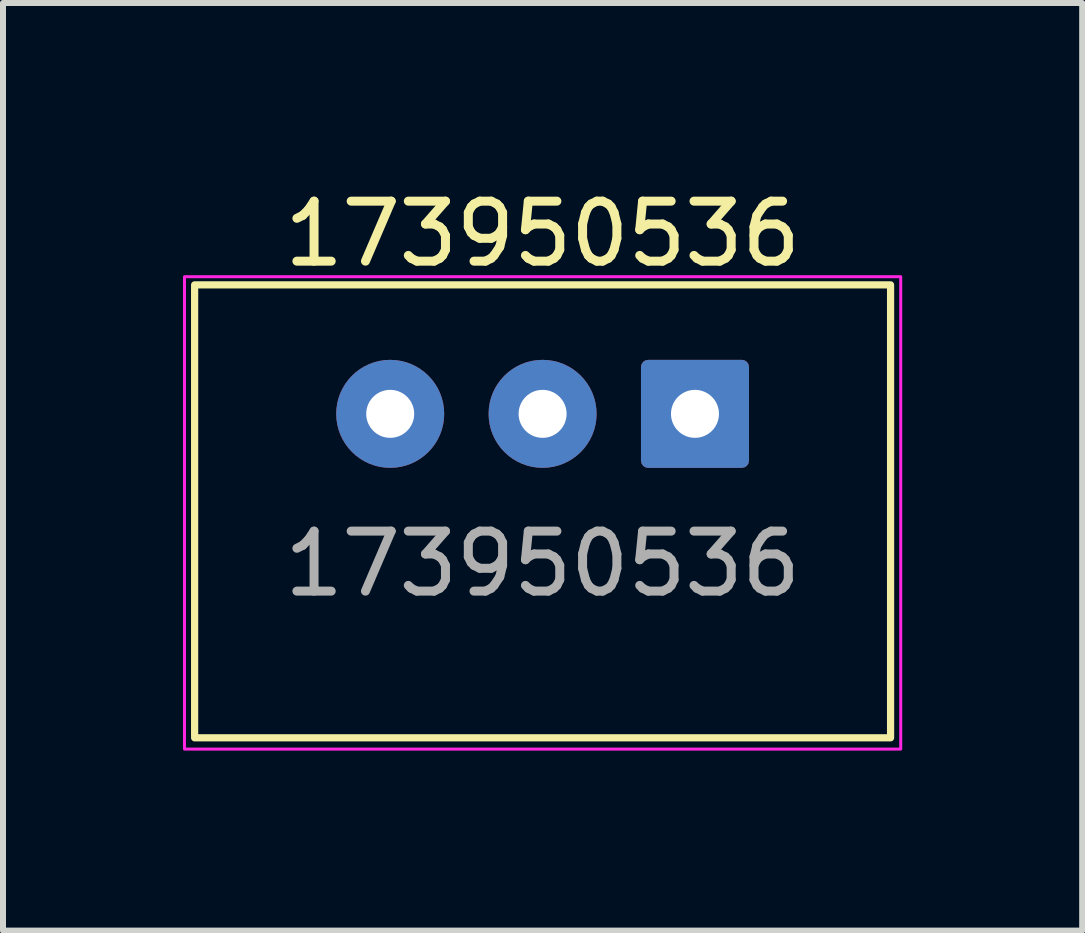
<source format=kicad_pcb>
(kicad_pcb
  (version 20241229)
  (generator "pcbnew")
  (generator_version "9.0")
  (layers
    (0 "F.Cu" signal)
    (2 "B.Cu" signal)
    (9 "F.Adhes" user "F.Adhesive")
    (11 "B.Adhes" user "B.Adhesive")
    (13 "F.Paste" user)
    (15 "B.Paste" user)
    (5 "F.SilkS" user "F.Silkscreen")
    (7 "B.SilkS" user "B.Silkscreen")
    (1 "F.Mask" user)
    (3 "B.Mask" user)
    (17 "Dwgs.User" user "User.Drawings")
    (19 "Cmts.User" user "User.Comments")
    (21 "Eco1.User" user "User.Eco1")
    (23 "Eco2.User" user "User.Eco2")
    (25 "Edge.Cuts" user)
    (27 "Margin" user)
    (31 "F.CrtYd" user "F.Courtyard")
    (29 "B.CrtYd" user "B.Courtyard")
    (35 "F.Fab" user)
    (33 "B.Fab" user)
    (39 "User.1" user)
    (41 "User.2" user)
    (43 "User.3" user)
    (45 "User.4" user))
  (footprint "173950536"
    (layer "F.Cu")
    (at 5.994 3.848)
    (property "Reference" "173950536" (at 0 -3 0) (unlocked yes) (layer "F.SilkS") (effects (font (size 1 1) (thickness 0.15))))
    (attr through_hole)
    (fp_rect (start -5.8 -2.15) (end 5.8 5.4) (stroke (width 0.12) (type solid)) (fill no) (layer "F.SilkS"))
    (fp_rect (start 5.969 5.588) (end -5.969 -2.286) (stroke (width 0.05) (type solid)) (fill no) (layer "F.CrtYd"))
    (fp_text user "${REFERENCE}" (at 0 2.5 0) (unlocked yes) (layer "F.Fab") (effects (font (size 1 1) (thickness 0.15))))
    (pad "1" thru_hole roundrect (at 2.54 0) (size 1.8 1.8) (drill 0.8) (layers "*.Cu" "*.Mask") (roundrect_rratio 0.066))
    (pad "2" thru_hole circle (at 0 0) (size 1.8 1.8) (drill 0.8) (layers "*.Cu" "*.Mask"))
    (pad "3" thru_hole circle (at -2.54 0) (size 1.8 1.8) (drill 0.8) (layers "*.Cu" "*.Mask")))
  (gr_rect
    (start -3 -3)
    (end 14.988 12.461)
    (stroke (width 0.1) (type default))
    (fill no)
    (layer "Edge.Cuts")))
</source>
